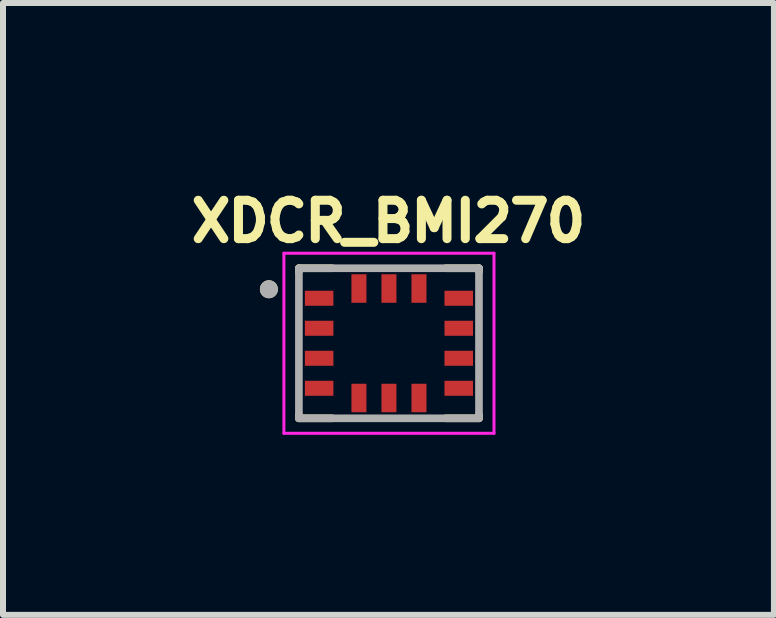
<source format=kicad_pcb>
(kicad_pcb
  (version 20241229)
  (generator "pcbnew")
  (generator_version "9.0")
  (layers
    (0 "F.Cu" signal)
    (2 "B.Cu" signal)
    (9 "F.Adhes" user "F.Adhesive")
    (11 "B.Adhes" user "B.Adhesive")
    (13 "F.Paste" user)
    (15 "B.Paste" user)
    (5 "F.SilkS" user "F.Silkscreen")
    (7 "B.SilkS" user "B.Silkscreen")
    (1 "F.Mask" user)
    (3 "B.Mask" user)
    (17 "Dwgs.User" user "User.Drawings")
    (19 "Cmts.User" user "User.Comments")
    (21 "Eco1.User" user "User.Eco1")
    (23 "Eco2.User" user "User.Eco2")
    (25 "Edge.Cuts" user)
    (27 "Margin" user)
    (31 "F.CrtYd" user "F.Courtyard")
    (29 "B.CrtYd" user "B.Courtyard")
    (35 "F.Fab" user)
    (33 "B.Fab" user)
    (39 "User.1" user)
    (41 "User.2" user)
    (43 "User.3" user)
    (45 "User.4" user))
  (footprint "XDCR_BMI270"
    (layer "F.Cu")
    (at 3.43 2.669)
    (property "Reference" "XDCR_BMI270" (at -0.008 -2.031 0) (layer "F.SilkS") (effects (font (size 0.64 0.64) (thickness 0.15))))
    (attr smd)
    (fp_line (start -1.5 -1.25) (end -1.5 -1.195) (stroke (width 0.127) (type solid)) (layer "F.SilkS"))
    (fp_line (start -1.5 -1.25) (end -0.945 -1.25) (stroke (width 0.127) (type solid)) (layer "F.SilkS"))
    (fp_line (start -1.5 1.195) (end -1.5 1.25) (stroke (width 0.127) (type solid)) (layer "F.SilkS"))
    (fp_line (start -1.5 1.25) (end -0.945 1.25) (stroke (width 0.127) (type solid)) (layer "F.SilkS"))
    (fp_line (start 0.945 -1.25) (end 1.5 -1.25) (stroke (width 0.127) (type solid)) (layer "F.SilkS"))
    (fp_line (start 0.945 1.25) (end 1.5 1.25) (stroke (width 0.127) (type solid)) (layer "F.SilkS"))
    (fp_line (start 1.5 -1.25) (end 1.5 -1.195) (stroke (width 0.127) (type solid)) (layer "F.SilkS"))
    (fp_line (start 1.5 1.195) (end 1.5 1.25) (stroke (width 0.127) (type solid)) (layer "F.SilkS"))
    (fp_circle (center -2 -0.9) (end -1.925 -0.9) (stroke (width 0.15) (type solid)) (fill no) (layer "F.SilkS"))
    (fp_line (start -1.75 -1.5) (end 1.75 -1.5) (stroke (width 0.05) (type solid)) (layer "F.CrtYd"))
    (fp_line (start -1.75 1.5) (end -1.75 -1.5) (stroke (width 0.05) (type solid)) (layer "F.CrtYd"))
    (fp_line (start 1.75 -1.5) (end 1.75 1.5) (stroke (width 0.05) (type solid)) (layer "F.CrtYd"))
    (fp_line (start 1.75 1.5) (end -1.75 1.5) (stroke (width 0.05) (type solid)) (layer "F.CrtYd"))
    (fp_line (start -1.5 -1.25) (end -1.5 1.25) (stroke (width 0.127) (type solid)) (layer "F.Fab"))
    (fp_line (start -1.5 1.25) (end 1.5 1.25) (stroke (width 0.127) (type solid)) (layer "F.Fab"))
    (fp_line (start 1.5 -1.25) (end -1.5 -1.25) (stroke (width 0.127) (type solid)) (layer "F.Fab"))
    (fp_line (start 1.5 1.25) (end 1.5 -1.25) (stroke (width 0.127) (type solid)) (layer "F.Fab"))
    (fp_circle (center -2 -0.9) (end -1.925 -0.9) (stroke (width 0.15) (type solid)) (fill no) (layer "F.Fab"))
    (pad "1" smd rect (at -1.163 -0.75) (size 0.475 0.25) (layers "F.Cu" "F.Mask" "F.Paste"))
    (pad "2" smd rect (at -1.163 -0.25) (size 0.475 0.25) (layers "F.Cu" "F.Mask" "F.Paste"))
    (pad "3" smd rect (at -1.163 0.25) (size 0.475 0.25) (layers "F.Cu" "F.Mask" "F.Paste"))
    (pad "4" smd rect (at -1.163 0.75) (size 0.475 0.25) (layers "F.Cu" "F.Mask" "F.Paste"))
    (pad "5" smd rect (at -0.5 0.912) (size 0.25 0.475) (layers "F.Cu" "F.Mask" "F.Paste"))
    (pad "6" smd rect (at 0 0.912) (size 0.25 0.475) (layers "F.Cu" "F.Mask" "F.Paste"))
    (pad "7" smd rect (at 0.5 0.912) (size 0.25 0.475) (layers "F.Cu" "F.Mask" "F.Paste"))
    (pad "8" smd rect (at 1.163 0.75) (size 0.475 0.25) (layers "F.Cu" "F.Mask" "F.Paste"))
    (pad "9" smd rect (at 1.163 0.25) (size 0.475 0.25) (layers "F.Cu" "F.Mask" "F.Paste"))
    (pad "10" smd rect (at 1.163 -0.25) (size 0.475 0.25) (layers "F.Cu" "F.Mask" "F.Paste"))
    (pad "11" smd rect (at 1.163 -0.75) (size 0.475 0.25) (layers "F.Cu" "F.Mask" "F.Paste"))
    (pad "12" smd rect (at 0.5 -0.912) (size 0.25 0.475) (layers "F.Cu" "F.Mask" "F.Paste"))
    (pad "13" smd rect (at 0 -0.912) (size 0.25 0.475) (layers "F.Cu" "F.Mask" "F.Paste"))
    (pad "14" smd rect (at -0.5 -0.912) (size 0.25 0.475) (layers "F.Cu" "F.Mask" "F.Paste")))
  (gr_rect
    (start -3 -3)
    (end 9.844 7.194)
    (stroke (width 0.1) (type default))
    (fill no)
    (layer "Edge.Cuts")))
</source>
